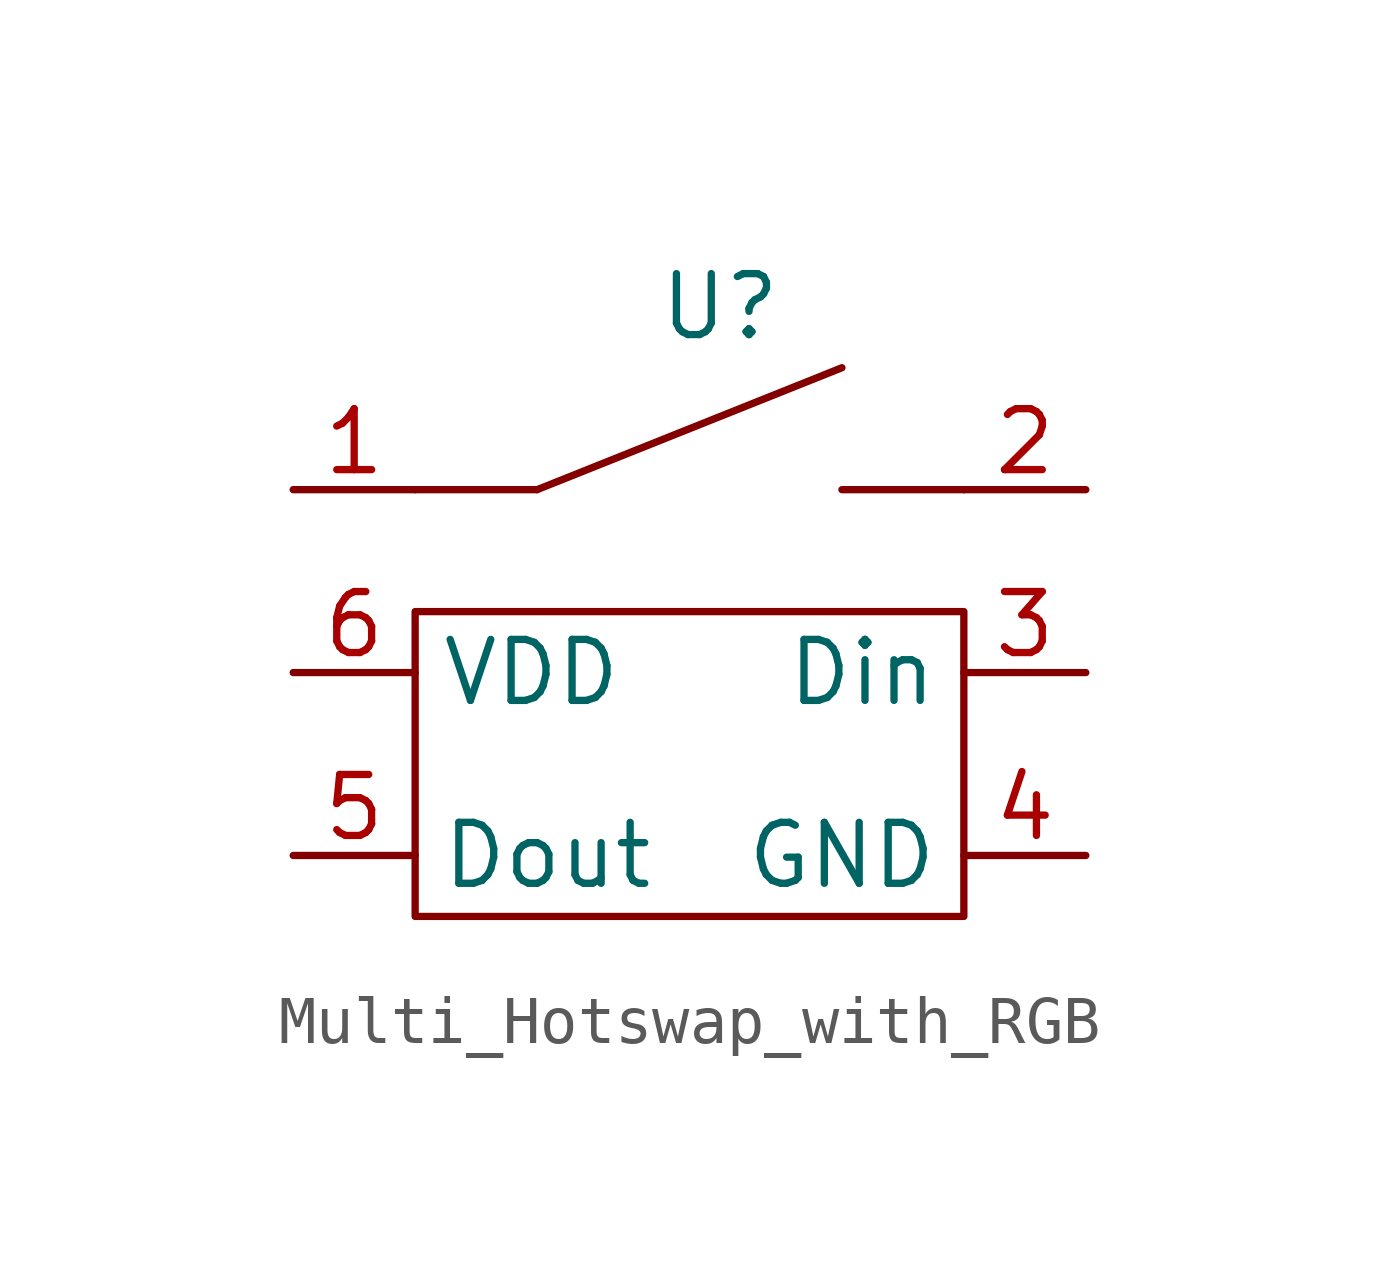
<source format=kicad_sym>
(kicad_symbol_lib
  (version 20211014)
  (generator kicad_symbol_editor)
  (symbol "Multi_Hotswap_with_RGB"
    (property "Reference" "U"
      (at 0 5.08 0)
      (effects (font (size 1.27 1.27))))
    (symbol "Multi_Hotswap_with_RGB_0_0"
      (polyline (pts (xy -6.35 1.27) (xy -3.81 1.27)) (stroke (width 0) (type default) (color 0 0 0 0)) (fill (type none)))
      (polyline (pts (xy 5.08 1.27) (xy 2.54 1.27)) (stroke (width 0) (type default) (color 0 0 0 0)) (fill (type none))))
    (symbol "Multi_Hotswap_with_RGB_0_1"
      (rectangle (start -6.35 -1.27) (end 5.08 -7.62) (stroke (width 0) (type default) (color 0 0 0 0)) (fill (type none)))
      (polyline (pts (xy -3.81 1.27) (xy 2.54 3.81)) (stroke (width 0) (type default) (color 0 0 0 0)) (fill (type none))))
    (symbol "Multi_Hotswap_with_RGB_1_1"
      (pin input line (at -8.89 1.27 0) (length 2.54) (name "" (effects (font (size 1.27 1.27)))) (number "1" (effects (font (size 1.27 1.27)))))
      (pin input line (at 7.62 1.27 180) (length 2.54) (name "" (effects (font (size 1.27 1.27)))) (number "2" (effects (font (size 1.27 1.27)))))
      (pin input line (at 7.62 -2.54 180) (length 2.54) (name "Din" (effects (font (size 1.27 1.27)))) (number "3" (effects (font (size 1.27 1.27)))))
      (pin input line (at 7.62 -6.35 180) (length 2.54) (name "GND" (effects (font (size 1.27 1.27)))) (number "4" (effects (font (size 1.27 1.27)))))
      (pin input line (at -8.89 -6.35 0) (length 2.54) (name "Dout" (effects (font (size 1.27 1.27)))) (number "5" (effects (font (size 1.27 1.27)))))
      (pin input line (at -8.89 -2.54 0) (length 2.54) (name "VDD" (effects (font (size 1.27 1.27)))) (number "6" (effects (font (size 1.27 1.27))))))))
</source>
